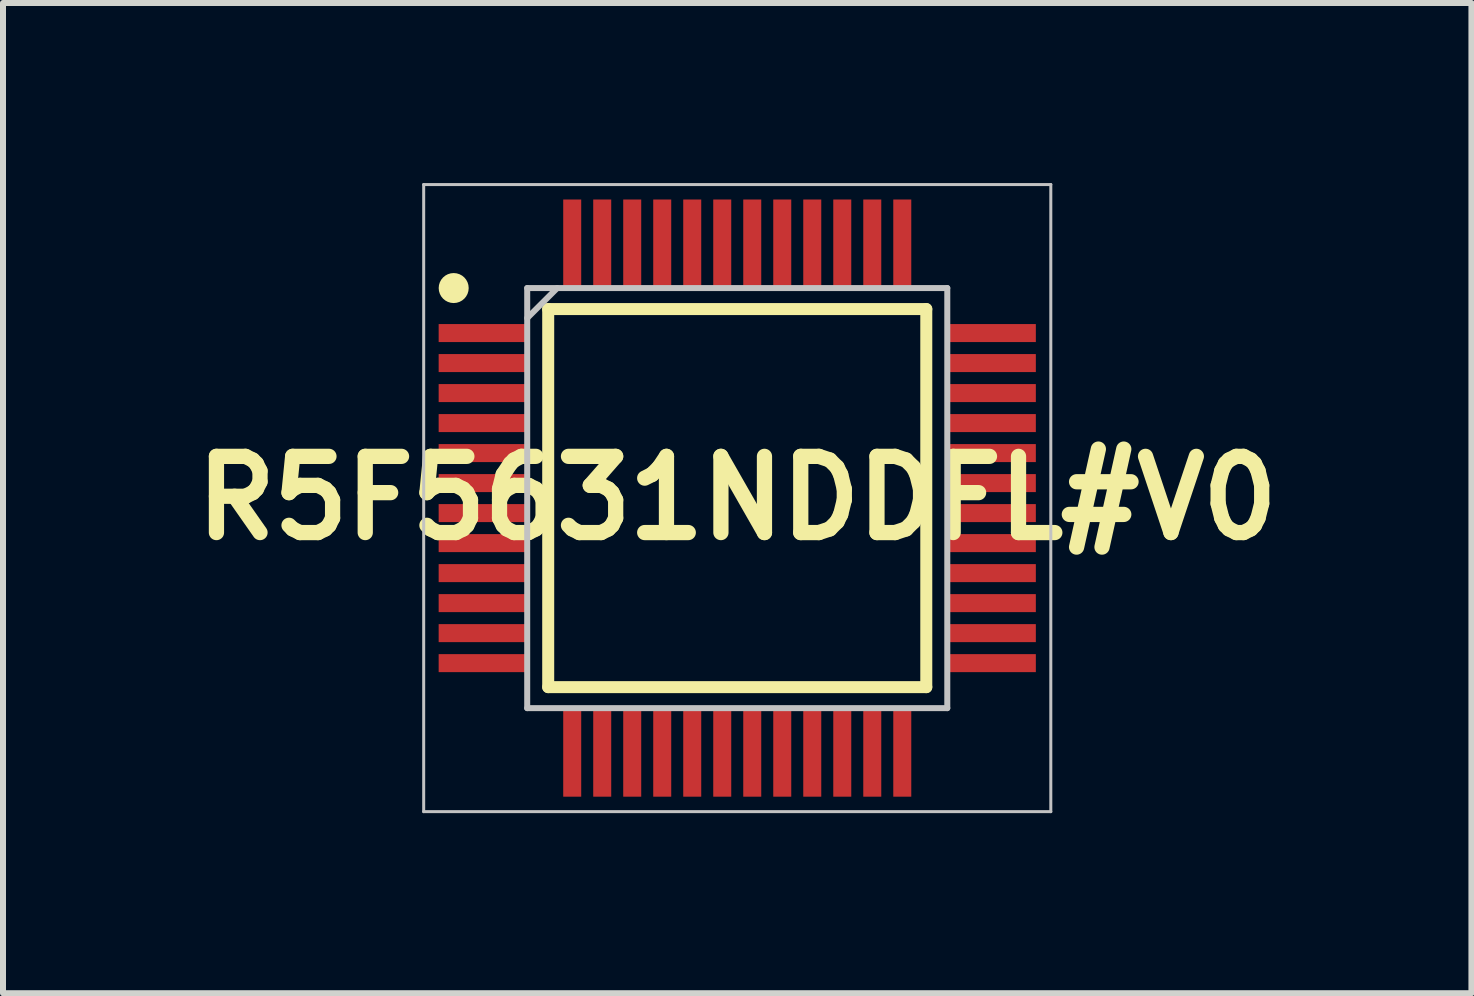
<source format=kicad_pcb>
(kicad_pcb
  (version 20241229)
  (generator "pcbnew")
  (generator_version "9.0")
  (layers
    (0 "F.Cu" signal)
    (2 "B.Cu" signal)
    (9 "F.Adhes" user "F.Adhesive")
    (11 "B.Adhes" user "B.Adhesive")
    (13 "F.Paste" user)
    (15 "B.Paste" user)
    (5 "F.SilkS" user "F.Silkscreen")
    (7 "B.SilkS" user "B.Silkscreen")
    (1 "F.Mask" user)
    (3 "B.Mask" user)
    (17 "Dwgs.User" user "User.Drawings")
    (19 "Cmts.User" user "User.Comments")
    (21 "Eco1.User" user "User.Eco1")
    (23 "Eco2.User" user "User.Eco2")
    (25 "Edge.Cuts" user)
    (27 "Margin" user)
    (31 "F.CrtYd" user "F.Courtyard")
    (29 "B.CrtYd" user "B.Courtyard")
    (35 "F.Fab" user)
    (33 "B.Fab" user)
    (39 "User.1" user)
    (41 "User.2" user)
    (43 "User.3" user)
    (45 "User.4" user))
  (footprint "R5F5631NDDFL#V0"
    (layer "F.Cu")
    (at 9.235 5.25)
    (property "Reference" "R5F5631NDDFL#V0" (at 0 0 0) (layer "F.SilkS") (effects (font (size 1.27 1.27) (thickness 0.254))))
    (attr smd)
    (fp_line (start -3.15 -3.15) (end 3.15 -3.15) (stroke (width 0.2) (type solid)) (layer "F.SilkS"))
    (fp_line (start -3.15 3.15) (end -3.15 -3.15) (stroke (width 0.2) (type solid)) (layer "F.SilkS"))
    (fp_line (start 3.15 -3.15) (end 3.15 3.15) (stroke (width 0.2) (type solid)) (layer "F.SilkS"))
    (fp_line (start 3.15 3.15) (end -3.15 3.15) (stroke (width 0.2) (type solid)) (layer "F.SilkS"))
    (fp_circle (center -4.725 -3.5) (end -4.725 -3.375) (stroke (width 0.25) (type solid)) (fill no) (layer "F.SilkS"))
    (fp_line (start -5.225 -5.225) (end 5.225 -5.225) (stroke (width 0.05) (type solid)) (layer "Dwgs.User"))
    (fp_line (start -5.225 5.225) (end -5.225 -5.225) (stroke (width 0.05) (type solid)) (layer "Dwgs.User"))
    (fp_line (start -3.5 -3.5) (end 3.5 -3.5) (stroke (width 0.1) (type solid)) (layer "Dwgs.User"))
    (fp_line (start -3.5 -3) (end -3 -3.5) (stroke (width 0.1) (type solid)) (layer "Dwgs.User"))
    (fp_line (start -3.5 3.5) (end -3.5 -3.5) (stroke (width 0.1) (type solid)) (layer "Dwgs.User"))
    (fp_line (start 3.5 -3.5) (end 3.5 3.5) (stroke (width 0.1) (type solid)) (layer "Dwgs.User"))
    (fp_line (start 3.5 3.5) (end -3.5 3.5) (stroke (width 0.1) (type solid)) (layer "Dwgs.User"))
    (fp_line (start 5.225 -5.225) (end 5.225 5.225) (stroke (width 0.05) (type solid)) (layer "Dwgs.User"))
    (fp_line (start 5.225 5.225) (end -5.225 5.225) (stroke (width 0.05) (type solid)) (layer "Dwgs.User"))
    (pad "1" smd rect (at -4.238 -2.75 90) (size 0.3 1.475) (layers "F.Cu" "F.Paste"))
    (pad "2" smd rect (at -4.238 -2.25 90) (size 0.3 1.475) (layers "F.Cu" "F.Paste"))
    (pad "3" smd rect (at -4.238 -1.75 90) (size 0.3 1.475) (layers "F.Cu" "F.Paste"))
    (pad "4" smd rect (at -4.238 -1.25 90) (size 0.3 1.475) (layers "F.Cu" "F.Paste"))
    (pad "5" smd rect (at -4.238 -0.75 90) (size 0.3 1.475) (layers "F.Cu" "F.Paste"))
    (pad "6" smd rect (at -4.238 -0.25 90) (size 0.3 1.475) (layers "F.Cu" "F.Paste"))
    (pad "7" smd rect (at -4.238 0.25 90) (size 0.3 1.475) (layers "F.Cu" "F.Paste"))
    (pad "8" smd rect (at -4.238 0.75 90) (size 0.3 1.475) (layers "F.Cu" "F.Paste"))
    (pad "9" smd rect (at -4.238 1.25 90) (size 0.3 1.475) (layers "F.Cu" "F.Paste"))
    (pad "10" smd rect (at -4.238 1.75 90) (size 0.3 1.475) (layers "F.Cu" "F.Paste"))
    (pad "11" smd rect (at -4.238 2.25 90) (size 0.3 1.475) (layers "F.Cu" "F.Paste"))
    (pad "12" smd rect (at -4.238 2.75 90) (size 0.3 1.475) (layers "F.Cu" "F.Paste"))
    (pad "13" smd rect (at -2.75 4.238) (size 0.3 1.475) (layers "F.Cu" "F.Paste"))
    (pad "14" smd rect (at -2.25 4.238) (size 0.3 1.475) (layers "F.Cu" "F.Paste"))
    (pad "15" smd rect (at -1.75 4.238) (size 0.3 1.475) (layers "F.Cu" "F.Paste"))
    (pad "16" smd rect (at -1.25 4.238) (size 0.3 1.475) (layers "F.Cu" "F.Paste"))
    (pad "17" smd rect (at -0.75 4.238) (size 0.3 1.475) (layers "F.Cu" "F.Paste"))
    (pad "18" smd rect (at -0.25 4.238) (size 0.3 1.475) (layers "F.Cu" "F.Paste"))
    (pad "19" smd rect (at 0.25 4.238) (size 0.3 1.475) (layers "F.Cu" "F.Paste"))
    (pad "20" smd rect (at 0.75 4.238) (size 0.3 1.475) (layers "F.Cu" "F.Paste"))
    (pad "21" smd rect (at 1.25 4.238) (size 0.3 1.475) (layers "F.Cu" "F.Paste"))
    (pad "22" smd rect (at 1.75 4.238) (size 0.3 1.475) (layers "F.Cu" "F.Paste"))
    (pad "23" smd rect (at 2.25 4.238) (size 0.3 1.475) (layers "F.Cu" "F.Paste"))
    (pad "24" smd rect (at 2.75 4.238) (size 0.3 1.475) (layers "F.Cu" "F.Paste"))
    (pad "25" smd rect (at 4.238 2.75 90) (size 0.3 1.475) (layers "F.Cu" "F.Paste"))
    (pad "26" smd rect (at 4.238 2.25 90) (size 0.3 1.475) (layers "F.Cu" "F.Paste"))
    (pad "27" smd rect (at 4.238 1.75 90) (size 0.3 1.475) (layers "F.Cu" "F.Paste"))
    (pad "28" smd rect (at 4.238 1.25 90) (size 0.3 1.475) (layers "F.Cu" "F.Paste"))
    (pad "29" smd rect (at 4.238 0.75 90) (size 0.3 1.475) (layers "F.Cu" "F.Paste"))
    (pad "30" smd rect (at 4.238 0.25 90) (size 0.3 1.475) (layers "F.Cu" "F.Paste"))
    (pad "31" smd rect (at 4.238 -0.25 90) (size 0.3 1.475) (layers "F.Cu" "F.Paste"))
    (pad "32" smd rect (at 4.238 -0.75 90) (size 0.3 1.475) (layers "F.Cu" "F.Paste"))
    (pad "33" smd rect (at 4.238 -1.25 90) (size 0.3 1.475) (layers "F.Cu" "F.Paste"))
    (pad "34" smd rect (at 4.238 -1.75 90) (size 0.3 1.475) (layers "F.Cu" "F.Paste"))
    (pad "35" smd rect (at 4.238 -2.25 90) (size 0.3 1.475) (layers "F.Cu" "F.Paste"))
    (pad "36" smd rect (at 4.238 -2.75 90) (size 0.3 1.475) (layers "F.Cu" "F.Paste"))
    (pad "37" smd rect (at 2.75 -4.238) (size 0.3 1.475) (layers "F.Cu" "F.Paste"))
    (pad "38" smd rect (at 2.25 -4.238) (size 0.3 1.475) (layers "F.Cu" "F.Paste"))
    (pad "39" smd rect (at 1.75 -4.238) (size 0.3 1.475) (layers "F.Cu" "F.Paste"))
    (pad "40" smd rect (at 1.25 -4.238) (size 0.3 1.475) (layers "F.Cu" "F.Paste"))
    (pad "41" smd rect (at 0.75 -4.238) (size 0.3 1.475) (layers "F.Cu" "F.Paste"))
    (pad "42" smd rect (at 0.25 -4.238) (size 0.3 1.475) (layers "F.Cu" "F.Paste"))
    (pad "43" smd rect (at -0.25 -4.238) (size 0.3 1.475) (layers "F.Cu" "F.Paste"))
    (pad "44" smd rect (at -0.75 -4.238) (size 0.3 1.475) (layers "F.Cu" "F.Paste"))
    (pad "45" smd rect (at -1.25 -4.238) (size 0.3 1.475) (layers "F.Cu" "F.Paste"))
    (pad "46" smd rect (at -1.75 -4.238) (size 0.3 1.475) (layers "F.Cu" "F.Paste"))
    (pad "47" smd rect (at -2.25 -4.238) (size 0.3 1.475) (layers "F.Cu" "F.Paste"))
    (pad "48" smd rect (at -2.75 -4.238) (size 0.3 1.475) (layers "F.Cu" "F.Paste")))
  (gr_rect
    (start -3 -3)
    (end 21.469 13.5)
    (stroke (width 0.1) (type default))
    (fill no)
    (layer "Edge.Cuts")))
</source>
